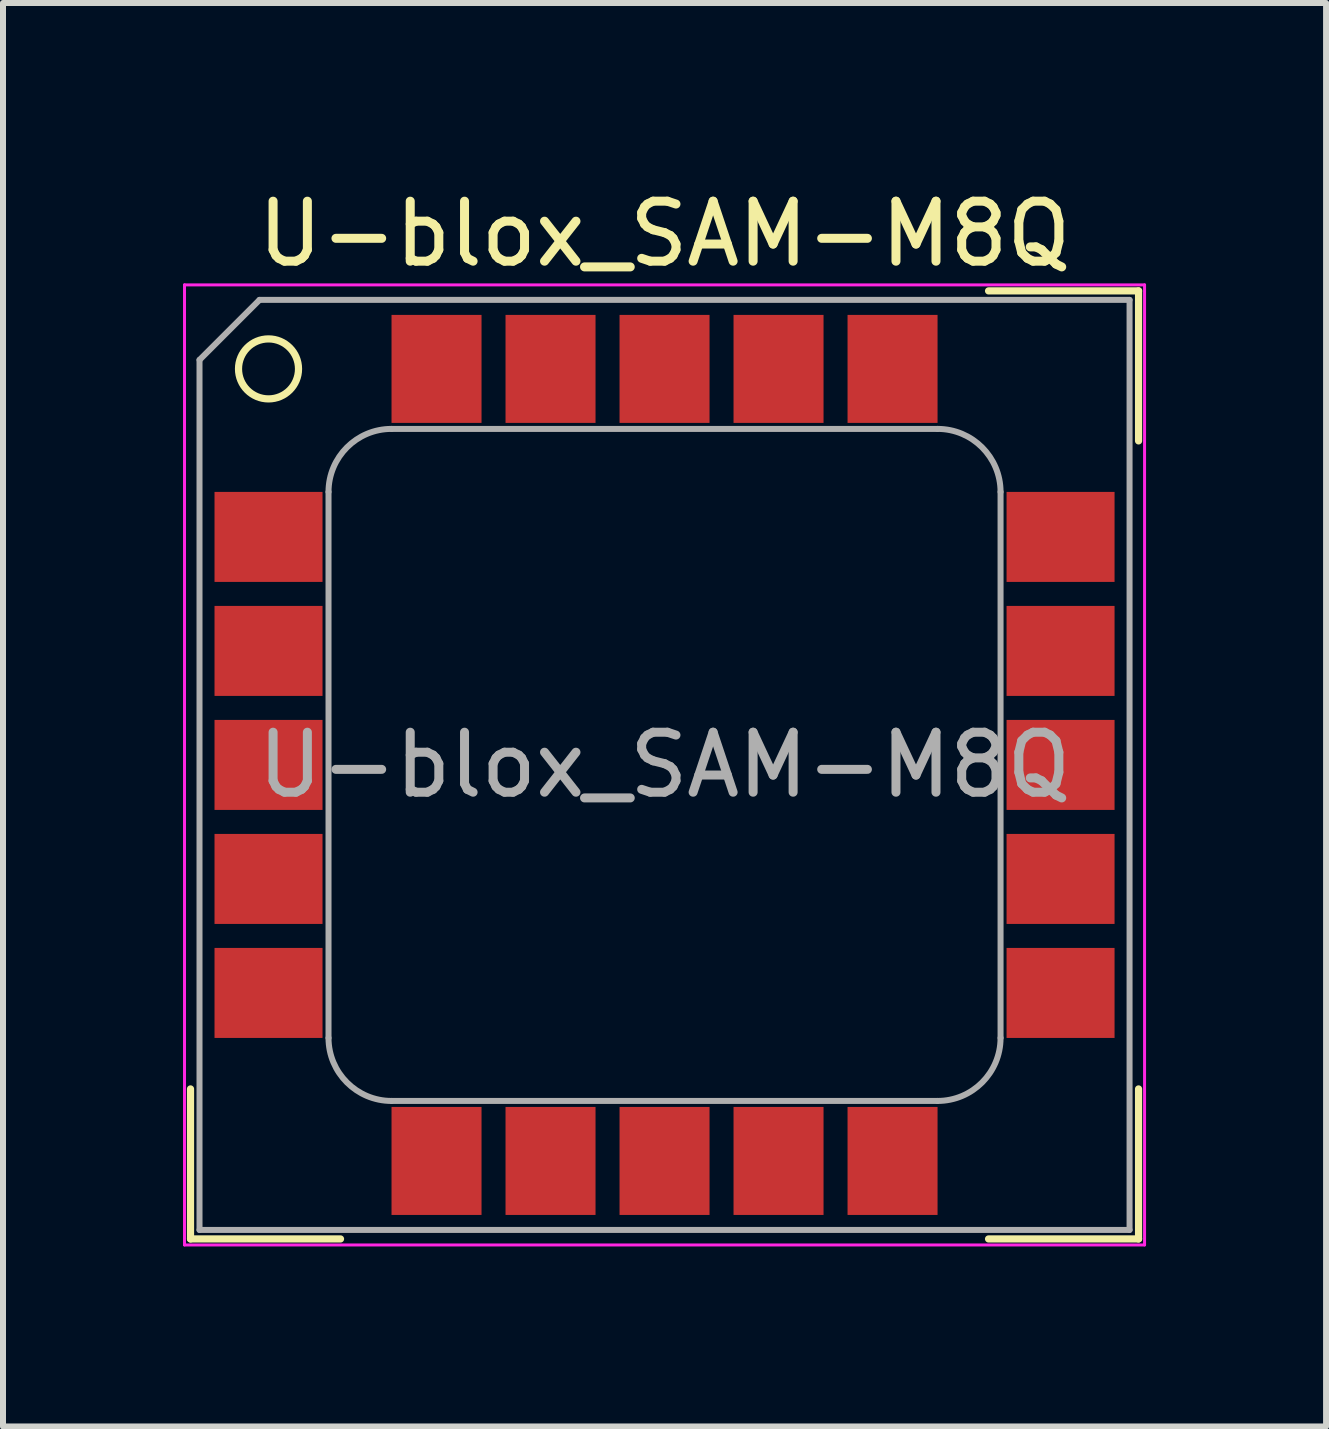
<source format=kicad_pcb>
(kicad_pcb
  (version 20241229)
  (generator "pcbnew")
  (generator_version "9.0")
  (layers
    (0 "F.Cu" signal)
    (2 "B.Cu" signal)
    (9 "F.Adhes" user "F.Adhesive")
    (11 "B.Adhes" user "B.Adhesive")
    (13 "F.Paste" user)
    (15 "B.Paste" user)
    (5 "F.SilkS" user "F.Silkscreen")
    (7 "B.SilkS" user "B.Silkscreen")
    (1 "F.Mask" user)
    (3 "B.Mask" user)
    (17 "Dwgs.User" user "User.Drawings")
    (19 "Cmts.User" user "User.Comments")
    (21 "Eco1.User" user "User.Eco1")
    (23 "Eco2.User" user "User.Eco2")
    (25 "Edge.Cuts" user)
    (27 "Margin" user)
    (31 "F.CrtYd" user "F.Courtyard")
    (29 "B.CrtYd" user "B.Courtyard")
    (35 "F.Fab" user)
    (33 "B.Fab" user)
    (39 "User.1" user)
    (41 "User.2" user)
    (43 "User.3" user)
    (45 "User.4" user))
  (footprint "U-blox_SAM-M8Q"
    (layer "F.Cu")
    (at 8.025 9.698)
    (property "Reference" "U-blox_SAM-M8Q" (at 0 -8.85 0) (layer "F.SilkS") (effects (font (size 1 1) (thickness 0.15))))
    (attr smd)
    (fp_line (start -7.9 7.9) (end -7.9 5.4) (stroke (width 0.12) (type solid)) (layer "F.SilkS"))
    (fp_line (start -7.9 7.9) (end -5.4 7.9) (stroke (width 0.12) (type solid)) (layer "F.SilkS"))
    (fp_line (start 7.9 -7.9) (end 5.4 -7.9) (stroke (width 0.12) (type solid)) (layer "F.SilkS"))
    (fp_line (start 7.9 -7.9) (end 7.9 -5.4) (stroke (width 0.12) (type solid)) (layer "F.SilkS"))
    (fp_line (start 7.9 7.9) (end 5.4 7.9) (stroke (width 0.12) (type solid)) (layer "F.SilkS"))
    (fp_line (start 7.9 7.9) (end 7.9 5.4) (stroke (width 0.12) (type solid)) (layer "F.SilkS"))
    (fp_circle (center -6.6 -6.6) (end -6.1 -6.6) (stroke (width 0.12) (type solid)) (fill no) (layer "F.SilkS"))
    (fp_line (start -8 -8) (end -8 8) (stroke (width 0.05) (type solid)) (layer "F.CrtYd"))
    (fp_line (start -8 8) (end 8 8) (stroke (width 0.05) (type solid)) (layer "F.CrtYd"))
    (fp_line (start 8 -8) (end -8 -8) (stroke (width 0.05) (type solid)) (layer "F.CrtYd"))
    (fp_line (start 8 8) (end 8 -8) (stroke (width 0.05) (type solid)) (layer "F.CrtYd"))
    (fp_line (start -7.75 -6.75) (end -7.75 7.75) (stroke (width 0.1) (type solid)) (layer "F.Fab"))
    (fp_line (start -7.75 -6.75) (end -6.75 -7.75) (stroke (width 0.1) (type solid)) (layer "F.Fab"))
    (fp_line (start -7.75 7.75) (end 7.75 7.75) (stroke (width 0.1) (type solid)) (layer "F.Fab"))
    (fp_line (start -5.6 4.55) (end -5.6 -4.55) (stroke (width 0.1) (type solid)) (layer "F.Fab"))
    (fp_line (start -4.55 5.6) (end 4.55 5.6) (stroke (width 0.1) (type solid)) (layer "F.Fab"))
    (fp_line (start 4.55 -5.6) (end -4.55 -5.6) (stroke (width 0.1) (type solid)) (layer "F.Fab"))
    (fp_line (start 5.6 4.55) (end 5.6 -4.55) (stroke (width 0.1) (type solid)) (layer "F.Fab"))
    (fp_line (start 7.75 -7.75) (end -6.75 -7.75) (stroke (width 0.1) (type solid)) (layer "F.Fab"))
    (fp_line (start 7.75 7.75) (end 7.75 -7.75) (stroke (width 0.1) (type solid)) (layer "F.Fab"))
    (fp_arc (start -5.6 -4.55) (mid -5.292462 -5.292462) (end -4.55 -5.6) (stroke (width 0.1) (type solid)) (layer "F.Fab"))
    (fp_arc (start -4.55 5.6) (mid -5.292462 5.292462) (end -5.6 4.55) (stroke (width 0.1) (type solid)) (layer "F.Fab"))
    (fp_arc (start 4.55 -5.6) (mid 5.292462 -5.292462) (end 5.6 -4.55) (stroke (width 0.1) (type solid)) (layer "F.Fab"))
    (fp_arc (start 5.6 4.55) (mid 5.292462 5.292462) (end 4.55 5.6) (stroke (width 0.1) (type solid)) (layer "F.Fab"))
    (fp_text user "${REFERENCE}" (at 0 0 0) (layer "F.Fab") (effects (font (size 1 1) (thickness 0.15))))
    (pad "" smd rect (at -7.1 -4.23 90) (size 0.58 0.72) (layers "F.Mask" "F.Paste"))
    (pad "" smd rect (at -7.1 -3.37 90) (size 0.58 0.72) (layers "F.Mask" "F.Paste"))
    (pad "" smd rect (at -7.1 -2.33 90) (size 0.58 0.72) (layers "F.Mask" "F.Paste"))
    (pad "" smd rect (at -7.1 -1.47 90) (size 0.58 0.72) (layers "F.Mask" "F.Paste"))
    (pad "" smd rect (at -7.1 -0.43 90) (size 0.58 0.72) (layers "F.Mask" "F.Paste"))
    (pad "" smd rect (at -7.1 0.43 90) (size 0.58 0.72) (layers "F.Mask" "F.Paste"))
    (pad "" smd rect (at -7.1 1.47 90) (size 0.58 0.72) (layers "F.Mask" "F.Paste"))
    (pad "" smd rect (at -7.1 2.33 90) (size 0.58 0.72) (layers "F.Mask" "F.Paste"))
    (pad "" smd rect (at -7.1 3.37 90) (size 0.58 0.72) (layers "F.Mask" "F.Paste"))
    (pad "" smd rect (at -7.1 4.23 90) (size 0.58 0.72) (layers "F.Mask" "F.Paste"))
    (pad "" smd rect (at -6.1 -4.23 90) (size 0.58 0.72) (layers "F.Mask" "F.Paste"))
    (pad "" smd rect (at -6.1 -3.37 90) (size 0.58 0.72) (layers "F.Mask" "F.Paste"))
    (pad "" smd rect (at -6.1 -2.33 90) (size 0.58 0.72) (layers "F.Mask" "F.Paste"))
    (pad "" smd rect (at -6.1 -1.47 90) (size 0.58 0.72) (layers "F.Mask" "F.Paste"))
    (pad "" smd rect (at -6.1 -0.43 90) (size 0.58 0.72) (layers "F.Mask" "F.Paste"))
    (pad "" smd rect (at -6.1 0.43 90) (size 0.58 0.72) (layers "F.Mask" "F.Paste"))
    (pad "" smd rect (at -6.1 1.47 90) (size 0.58 0.72) (layers "F.Mask" "F.Paste"))
    (pad "" smd rect (at -6.1 2.33 90) (size 0.58 0.72) (layers "F.Mask" "F.Paste"))
    (pad "" smd rect (at -6.1 3.37 90) (size 0.58 0.72) (layers "F.Mask" "F.Paste"))
    (pad "" smd rect (at -6.1 4.23 90) (size 0.58 0.72) (layers "F.Mask" "F.Paste"))
    (pad "" smd rect (at -4.23 -7.1 180) (size 0.58 0.72) (layers "F.Mask" "F.Paste"))
    (pad "" smd rect (at -4.23 -6.1 180) (size 0.58 0.72) (layers "F.Mask" "F.Paste"))
    (pad "" smd rect (at -4.23 6.1 180) (size 0.58 0.72) (layers "F.Mask" "F.Paste"))
    (pad "" smd rect (at -4.23 7.1 180) (size 0.58 0.72) (layers "F.Mask" "F.Paste"))
    (pad "" smd rect (at -3.37 -7.1 180) (size 0.58 0.72) (layers "F.Mask" "F.Paste"))
    (pad "" smd rect (at -3.37 -6.1 180) (size 0.58 0.72) (layers "F.Mask" "F.Paste"))
    (pad "" smd rect (at -3.37 6.1 180) (size 0.58 0.72) (layers "F.Mask" "F.Paste"))
    (pad "" smd rect (at -3.37 7.1 180) (size 0.58 0.72) (layers "F.Mask" "F.Paste"))
    (pad "" smd rect (at -2.33 -7.1 180) (size 0.58 0.72) (layers "F.Mask" "F.Paste"))
    (pad "" smd rect (at -2.33 -6.1 180) (size 0.58 0.72) (layers "F.Mask" "F.Paste"))
    (pad "" smd rect (at -2.33 6.1 180) (size 0.58 0.72) (layers "F.Mask" "F.Paste"))
    (pad "" smd rect (at -2.33 7.1 180) (size 0.58 0.72) (layers "F.Mask" "F.Paste"))
    (pad "" smd rect (at -1.47 -7.1 180) (size 0.58 0.72) (layers "F.Mask" "F.Paste"))
    (pad "" smd rect (at -1.47 -6.1 180) (size 0.58 0.72) (layers "F.Mask" "F.Paste"))
    (pad "" smd rect (at -1.47 6.1 180) (size 0.58 0.72) (layers "F.Mask" "F.Paste"))
    (pad "" smd rect (at -1.47 7.1 180) (size 0.58 0.72) (layers "F.Mask" "F.Paste"))
    (pad "" smd rect (at -0.43 -7.1 180) (size 0.58 0.72) (layers "F.Mask" "F.Paste"))
    (pad "" smd rect (at -0.43 -6.1 180) (size 0.58 0.72) (layers "F.Mask" "F.Paste"))
    (pad "" smd rect (at -0.43 6.1 180) (size 0.58 0.72) (layers "F.Mask" "F.Paste"))
    (pad "" smd rect (at -0.43 7.1 180) (size 0.58 0.72) (layers "F.Mask" "F.Paste"))
    (pad "" smd rect (at 0.43 -7.1 180) (size 0.58 0.72) (layers "F.Mask" "F.Paste"))
    (pad "" smd rect (at 0.43 -6.1 180) (size 0.58 0.72) (layers "F.Mask" "F.Paste"))
    (pad "" smd rect (at 0.43 6.1 180) (size 0.58 0.72) (layers "F.Mask" "F.Paste"))
    (pad "" smd rect (at 0.43 7.1 180) (size 0.58 0.72) (layers "F.Mask" "F.Paste"))
    (pad "" smd rect (at 1.47 -7.1 180) (size 0.58 0.72) (layers "F.Mask" "F.Paste"))
    (pad "" smd rect (at 1.47 -6.1 180) (size 0.58 0.72) (layers "F.Mask" "F.Paste"))
    (pad "" smd rect (at 1.47 6.1 180) (size 0.58 0.72) (layers "F.Mask" "F.Paste"))
    (pad "" smd rect (at 1.47 7.1 180) (size 0.58 0.72) (layers "F.Mask" "F.Paste"))
    (pad "" smd rect (at 2.33 -7.1 180) (size 0.58 0.72) (layers "F.Mask" "F.Paste"))
    (pad "" smd rect (at 2.33 -6.1 180) (size 0.58 0.72) (layers "F.Mask" "F.Paste"))
    (pad "" smd rect (at 2.33 6.1 180) (size 0.58 0.72) (layers "F.Mask" "F.Paste"))
    (pad "" smd rect (at 2.33 7.1 180) (size 0.58 0.72) (layers "F.Mask" "F.Paste"))
    (pad "" smd rect (at 3.37 -7.1 180) (size 0.58 0.72) (layers "F.Mask" "F.Paste"))
    (pad "" smd rect (at 3.37 -6.1 180) (size 0.58 0.72) (layers "F.Mask" "F.Paste"))
    (pad "" smd rect (at 3.37 6.1 180) (size 0.58 0.72) (layers "F.Mask" "F.Paste"))
    (pad "" smd rect (at 3.37 7.1 180) (size 0.58 0.72) (layers "F.Mask" "F.Paste"))
    (pad "" smd rect (at 4.23 -7.1 180) (size 0.58 0.72) (layers "F.Mask" "F.Paste"))
    (pad "" smd rect (at 4.23 -6.1 180) (size 0.58 0.72) (layers "F.Mask" "F.Paste"))
    (pad "" smd rect (at 4.23 6.1 180) (size 0.58 0.72) (layers "F.Mask" "F.Paste"))
    (pad "" smd rect (at 4.23 7.1 180) (size 0.58 0.72) (layers "F.Mask" "F.Paste"))
    (pad "" smd rect (at 6.1 -4.23 90) (size 0.58 0.72) (layers "F.Mask" "F.Paste"))
    (pad "" smd rect (at 6.1 -3.37 90) (size 0.58 0.72) (layers "F.Mask" "F.Paste"))
    (pad "" smd rect (at 6.1 -2.33 90) (size 0.58 0.72) (layers "F.Mask" "F.Paste"))
    (pad "" smd rect (at 6.1 -1.47 90) (size 0.58 0.72) (layers "F.Mask" "F.Paste"))
    (pad "" smd rect (at 6.1 -0.43 90) (size 0.58 0.72) (layers "F.Mask" "F.Paste"))
    (pad "" smd rect (at 6.1 0.43 90) (size 0.58 0.72) (layers "F.Mask" "F.Paste"))
    (pad "" smd rect (at 6.1 1.47 90) (size 0.58 0.72) (layers "F.Mask" "F.Paste"))
    (pad "" smd rect (at 6.1 2.33 90) (size 0.58 0.72) (layers "F.Mask" "F.Paste"))
    (pad "" smd rect (at 6.1 3.37 90) (size 0.58 0.72) (layers "F.Mask" "F.Paste"))
    (pad "" smd rect (at 6.1 4.23 90) (size 0.58 0.72) (layers "F.Mask" "F.Paste"))
    (pad "" smd rect (at 7.1 -4.23 90) (size 0.58 0.72) (layers "F.Mask" "F.Paste"))
    (pad "" smd rect (at 7.1 -3.37 90) (size 0.58 0.72) (layers "F.Mask" "F.Paste"))
    (pad "" smd rect (at 7.1 -2.33 90) (size 0.58 0.72) (layers "F.Mask" "F.Paste"))
    (pad "" smd rect (at 7.1 -1.47 90) (size 0.58 0.72) (layers "F.Mask" "F.Paste"))
    (pad "" smd rect (at 7.1 -0.43 90) (size 0.58 0.72) (layers "F.Mask" "F.Paste"))
    (pad "" smd rect (at 7.1 0.43 90) (size 0.58 0.72) (layers "F.Mask" "F.Paste"))
    (pad "" smd rect (at 7.1 1.47 90) (size 0.58 0.72) (layers "F.Mask" "F.Paste"))
    (pad "" smd rect (at 7.1 2.33 90) (size 0.58 0.72) (layers "F.Mask" "F.Paste"))
    (pad "" smd rect (at 7.1 3.37 90) (size 0.58 0.72) (layers "F.Mask" "F.Paste"))
    (pad "" smd rect (at 7.1 4.23 90) (size 0.58 0.72) (layers "F.Mask" "F.Paste"))
    (pad "1" smd rect (at -6.6 -3.8) (size 1.8 1.5) (layers "F.Cu" "F.Mask"))
    (pad "2" smd rect (at -6.6 -1.9) (size 1.8 1.5) (layers "F.Cu" "F.Mask"))
    (pad "3" smd rect (at -6.6 0) (size 1.8 1.5) (layers "F.Cu" "F.Mask"))
    (pad "4" smd rect (at -6.6 1.9) (size 1.8 1.5) (layers "F.Cu" "F.Mask"))
    (pad "5" smd rect (at -6.6 3.8) (size 1.8 1.5) (layers "F.Cu" "F.Mask"))
    (pad "6" smd rect (at -3.8 6.6 270) (size 1.8 1.5) (layers "F.Cu" "F.Mask"))
    (pad "7" smd rect (at -1.9 6.6 270) (size 1.8 1.5) (layers "F.Cu" "F.Mask"))
    (pad "8" smd rect (at 0 6.6 270) (size 1.8 1.5) (layers "F.Cu" "F.Mask"))
    (pad "9" smd rect (at 1.9 6.6 270) (size 1.8 1.5) (layers "F.Cu" "F.Mask"))
    (pad "10" smd rect (at 3.8 6.6 270) (size 1.8 1.5) (layers "F.Cu" "F.Mask"))
    (pad "11" smd rect (at 6.6 3.8) (size 1.8 1.5) (layers "F.Cu" "F.Mask"))
    (pad "12" smd rect (at 6.6 1.9) (size 1.8 1.5) (layers "F.Cu" "F.Mask"))
    (pad "13" smd rect (at 6.6 0) (size 1.8 1.5) (layers "F.Cu" "F.Mask"))
    (pad "14" smd rect (at 6.6 -1.9) (size 1.8 1.5) (layers "F.Cu" "F.Mask"))
    (pad "15" smd rect (at 6.6 -3.8) (size 1.8 1.5) (layers "F.Cu" "F.Mask"))
    (pad "16" smd rect (at 3.8 -6.6 270) (size 1.8 1.5) (layers "F.Cu" "F.Mask"))
    (pad "17" smd rect (at 1.9 -6.6 270) (size 1.8 1.5) (layers "F.Cu" "F.Mask"))
    (pad "18" smd rect (at 0 -6.6 270) (size 1.8 1.5) (layers "F.Cu" "F.Mask"))
    (pad "19" smd rect (at -1.9 -6.6 270) (size 1.8 1.5) (layers "F.Cu" "F.Mask"))
    (pad "20" smd rect (at -3.8 -6.6 270) (size 1.8 1.5) (layers "F.Cu" "F.Mask")))
  (gr_rect
    (start -3 -3)
    (end 19.05 20.723)
    (stroke (width 0.1) (type default))
    (fill no)
    (layer "Edge.Cuts")))
</source>
